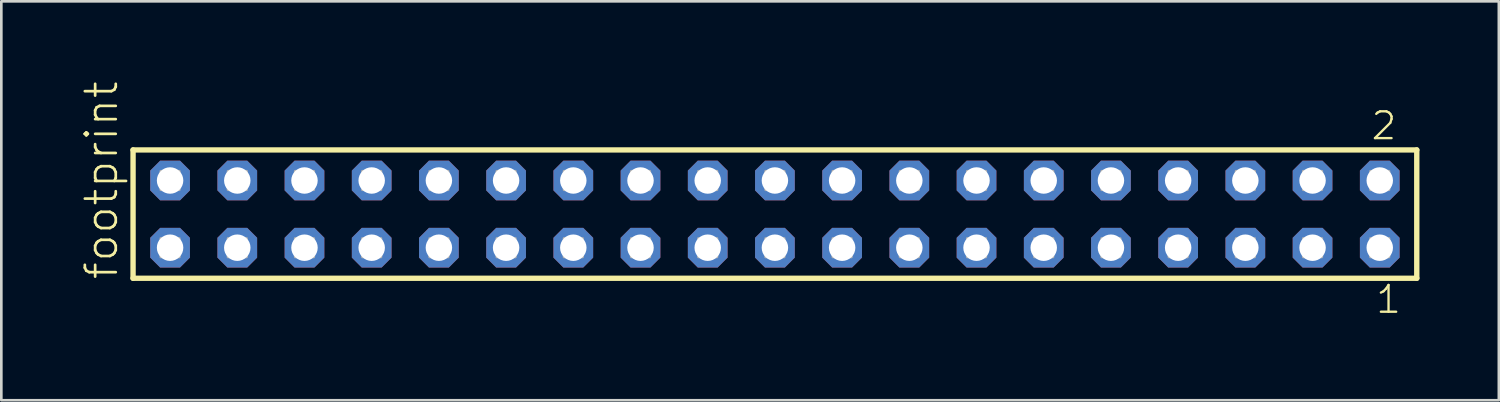
<source format=kicad_pcb>
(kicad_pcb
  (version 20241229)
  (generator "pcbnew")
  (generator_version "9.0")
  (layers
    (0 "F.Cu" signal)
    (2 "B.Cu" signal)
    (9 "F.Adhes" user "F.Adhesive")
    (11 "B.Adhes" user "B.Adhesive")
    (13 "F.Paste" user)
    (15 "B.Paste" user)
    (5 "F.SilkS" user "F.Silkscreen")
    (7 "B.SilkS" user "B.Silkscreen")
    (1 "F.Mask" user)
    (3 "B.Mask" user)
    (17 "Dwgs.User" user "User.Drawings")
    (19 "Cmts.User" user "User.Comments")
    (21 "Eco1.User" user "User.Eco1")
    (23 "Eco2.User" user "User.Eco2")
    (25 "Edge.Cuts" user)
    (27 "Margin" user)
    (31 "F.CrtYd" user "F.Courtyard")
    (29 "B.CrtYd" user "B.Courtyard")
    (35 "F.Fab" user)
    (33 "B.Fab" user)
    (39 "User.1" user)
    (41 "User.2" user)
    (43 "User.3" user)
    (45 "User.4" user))
  (footprint "footprint"
    (layer "F.Cu")
    (at 26.238 5.042)
    (property "Reference" "footprint" (at -24.765 2.54 90) (layer "F.SilkS") (effects (font (size 1.168 1.168) (thickness 0.102)) (justify left bottom)))
    (fp_line (start -24.259 -2.425) (end 24.259 -2.425) (stroke (width 0.203) (type solid)) (layer "F.SilkS"))
    (fp_line (start -24.259 2.425) (end -24.259 -2.425) (stroke (width 0.203) (type solid)) (layer "F.SilkS"))
    (fp_line (start 24.259 -2.425) (end 24.259 2.425) (stroke (width 0.203) (type solid)) (layer "F.SilkS"))
    (fp_line (start 24.259 2.425) (end -24.259 2.425) (stroke (width 0.203) (type solid)) (layer "F.SilkS"))
    (fp_poly (pts (xy -23.21 -0.92) (xy -22.51 -0.92) (xy -22.51 -1.62) (xy -23.21 -1.62)) (stroke (width 0.1) (type solid)) (fill no) (layer "F.Fab"))
    (fp_poly (pts (xy -23.21 1.62) (xy -22.51 1.62) (xy -22.51 0.92) (xy -23.21 0.92)) (stroke (width 0.1) (type solid)) (fill no) (layer "F.Fab"))
    (fp_poly (pts (xy -20.67 -0.92) (xy -19.97 -0.92) (xy -19.97 -1.62) (xy -20.67 -1.62)) (stroke (width 0.1) (type solid)) (fill no) (layer "F.Fab"))
    (fp_poly (pts (xy -20.67 1.62) (xy -19.97 1.62) (xy -19.97 0.92) (xy -20.67 0.92)) (stroke (width 0.1) (type solid)) (fill no) (layer "F.Fab"))
    (fp_poly (pts (xy -18.13 -0.92) (xy -17.43 -0.92) (xy -17.43 -1.62) (xy -18.13 -1.62)) (stroke (width 0.1) (type solid)) (fill no) (layer "F.Fab"))
    (fp_poly (pts (xy -18.13 1.62) (xy -17.43 1.62) (xy -17.43 0.92) (xy -18.13 0.92)) (stroke (width 0.1) (type solid)) (fill no) (layer "F.Fab"))
    (fp_poly (pts (xy -15.59 -0.92) (xy -14.89 -0.92) (xy -14.89 -1.62) (xy -15.59 -1.62)) (stroke (width 0.1) (type solid)) (fill no) (layer "F.Fab"))
    (fp_poly (pts (xy -15.59 1.62) (xy -14.89 1.62) (xy -14.89 0.92) (xy -15.59 0.92)) (stroke (width 0.1) (type solid)) (fill no) (layer "F.Fab"))
    (fp_poly (pts (xy -13.05 -0.92) (xy -12.35 -0.92) (xy -12.35 -1.62) (xy -13.05 -1.62)) (stroke (width 0.1) (type solid)) (fill no) (layer "F.Fab"))
    (fp_poly (pts (xy -13.05 1.62) (xy -12.35 1.62) (xy -12.35 0.92) (xy -13.05 0.92)) (stroke (width 0.1) (type solid)) (fill no) (layer "F.Fab"))
    (fp_poly (pts (xy -10.51 -0.92) (xy -9.81 -0.92) (xy -9.81 -1.62) (xy -10.51 -1.62)) (stroke (width 0.1) (type solid)) (fill no) (layer "F.Fab"))
    (fp_poly (pts (xy -10.51 1.62) (xy -9.81 1.62) (xy -9.81 0.92) (xy -10.51 0.92)) (stroke (width 0.1) (type solid)) (fill no) (layer "F.Fab"))
    (fp_poly (pts (xy -7.97 -0.92) (xy -7.27 -0.92) (xy -7.27 -1.62) (xy -7.97 -1.62)) (stroke (width 0.1) (type solid)) (fill no) (layer "F.Fab"))
    (fp_poly (pts (xy -7.97 1.62) (xy -7.27 1.62) (xy -7.27 0.92) (xy -7.97 0.92)) (stroke (width 0.1) (type solid)) (fill no) (layer "F.Fab"))
    (fp_poly (pts (xy -5.43 -0.92) (xy -4.73 -0.92) (xy -4.73 -1.62) (xy -5.43 -1.62)) (stroke (width 0.1) (type solid)) (fill no) (layer "F.Fab"))
    (fp_poly (pts (xy -5.43 1.62) (xy -4.73 1.62) (xy -4.73 0.92) (xy -5.43 0.92)) (stroke (width 0.1) (type solid)) (fill no) (layer "F.Fab"))
    (fp_poly (pts (xy -2.89 -0.92) (xy -2.19 -0.92) (xy -2.19 -1.62) (xy -2.89 -1.62)) (stroke (width 0.1) (type solid)) (fill no) (layer "F.Fab"))
    (fp_poly (pts (xy -2.89 1.62) (xy -2.19 1.62) (xy -2.19 0.92) (xy -2.89 0.92)) (stroke (width 0.1) (type solid)) (fill no) (layer "F.Fab"))
    (fp_poly (pts (xy -0.35 -0.92) (xy 0.35 -0.92) (xy 0.35 -1.62) (xy -0.35 -1.62)) (stroke (width 0.1) (type solid)) (fill no) (layer "F.Fab"))
    (fp_poly (pts (xy -0.35 1.62) (xy 0.35 1.62) (xy 0.35 0.92) (xy -0.35 0.92)) (stroke (width 0.1) (type solid)) (fill no) (layer "F.Fab"))
    (fp_poly (pts (xy 2.19 -0.92) (xy 2.89 -0.92) (xy 2.89 -1.62) (xy 2.19 -1.62)) (stroke (width 0.1) (type solid)) (fill no) (layer "F.Fab"))
    (fp_poly (pts (xy 2.19 1.62) (xy 2.89 1.62) (xy 2.89 0.92) (xy 2.19 0.92)) (stroke (width 0.1) (type solid)) (fill no) (layer "F.Fab"))
    (fp_poly (pts (xy 4.73 -0.92) (xy 5.43 -0.92) (xy 5.43 -1.62) (xy 4.73 -1.62)) (stroke (width 0.1) (type solid)) (fill no) (layer "F.Fab"))
    (fp_poly (pts (xy 4.73 1.62) (xy 5.43 1.62) (xy 5.43 0.92) (xy 4.73 0.92)) (stroke (width 0.1) (type solid)) (fill no) (layer "F.Fab"))
    (fp_poly (pts (xy 7.27 -0.92) (xy 7.97 -0.92) (xy 7.97 -1.62) (xy 7.27 -1.62)) (stroke (width 0.1) (type solid)) (fill no) (layer "F.Fab"))
    (fp_poly (pts (xy 7.27 1.62) (xy 7.97 1.62) (xy 7.97 0.92) (xy 7.27 0.92)) (stroke (width 0.1) (type solid)) (fill no) (layer "F.Fab"))
    (fp_poly (pts (xy 9.81 -0.92) (xy 10.51 -0.92) (xy 10.51 -1.62) (xy 9.81 -1.62)) (stroke (width 0.1) (type solid)) (fill no) (layer "F.Fab"))
    (fp_poly (pts (xy 9.81 1.62) (xy 10.51 1.62) (xy 10.51 0.92) (xy 9.81 0.92)) (stroke (width 0.1) (type solid)) (fill no) (layer "F.Fab"))
    (fp_poly (pts (xy 12.35 -0.92) (xy 13.05 -0.92) (xy 13.05 -1.62) (xy 12.35 -1.62)) (stroke (width 0.1) (type solid)) (fill no) (layer "F.Fab"))
    (fp_poly (pts (xy 12.35 1.62) (xy 13.05 1.62) (xy 13.05 0.92) (xy 12.35 0.92)) (stroke (width 0.1) (type solid)) (fill no) (layer "F.Fab"))
    (fp_poly (pts (xy 14.89 -0.92) (xy 15.59 -0.92) (xy 15.59 -1.62) (xy 14.89 -1.62)) (stroke (width 0.1) (type solid)) (fill no) (layer "F.Fab"))
    (fp_poly (pts (xy 14.89 1.62) (xy 15.59 1.62) (xy 15.59 0.92) (xy 14.89 0.92)) (stroke (width 0.1) (type solid)) (fill no) (layer "F.Fab"))
    (fp_poly (pts (xy 17.43 -0.92) (xy 18.13 -0.92) (xy 18.13 -1.62) (xy 17.43 -1.62)) (stroke (width 0.1) (type solid)) (fill no) (layer "F.Fab"))
    (fp_poly (pts (xy 17.43 1.62) (xy 18.13 1.62) (xy 18.13 0.92) (xy 17.43 0.92)) (stroke (width 0.1) (type solid)) (fill no) (layer "F.Fab"))
    (fp_poly (pts (xy 19.97 -0.92) (xy 20.67 -0.92) (xy 20.67 -1.62) (xy 19.97 -1.62)) (stroke (width 0.1) (type solid)) (fill no) (layer "F.Fab"))
    (fp_poly (pts (xy 19.97 1.62) (xy 20.67 1.62) (xy 20.67 0.92) (xy 19.97 0.92)) (stroke (width 0.1) (type solid)) (fill no) (layer "F.Fab"))
    (fp_poly (pts (xy 22.51 -0.92) (xy 23.21 -0.92) (xy 23.21 -1.62) (xy 22.51 -1.62)) (stroke (width 0.1) (type solid)) (fill no) (layer "F.Fab"))
    (fp_poly (pts (xy 22.51 1.62) (xy 23.21 1.62) (xy 23.21 0.92) (xy 22.51 0.92)) (stroke (width 0.1) (type solid)) (fill no) (layer "F.Fab"))
    (fp_text user "2" (at 22.477 -2.744 0) (layer "F.SilkS") (effects (font (size 1.012 1.012) (thickness 0.088)) (justify left bottom)))
    (fp_text user "1" (at 22.652 3.818 0) (layer "F.SilkS") (effects (font (size 1.012 1.012) (thickness 0.088)) (justify left bottom)))
    (pad "1" thru_hole roundrect (at 22.86 1.27 180) (size 1.5 1.5) (drill 1) (layers "*.Cu" "*.Mask") (roundrect_rratio 0.25) (chamfer_ratio 0.25) (chamfer top_left top_right bottom_left bottom_right))
    (pad "2" thru_hole roundrect (at 22.86 -1.27 180) (size 1.5 1.5) (drill 1) (layers "*.Cu" "*.Mask") (roundrect_rratio 0.25) (chamfer_ratio 0.25) (chamfer top_left top_right bottom_left bottom_right))
    (pad "3" thru_hole roundrect (at 20.32 1.27 180) (size 1.5 1.5) (drill 1) (layers "*.Cu" "*.Mask") (roundrect_rratio 0.25) (chamfer_ratio 0.25) (chamfer top_left top_right bottom_left bottom_right))
    (pad "4" thru_hole roundrect (at 20.32 -1.27 180) (size 1.5 1.5) (drill 1) (layers "*.Cu" "*.Mask") (roundrect_rratio 0.25) (chamfer_ratio 0.25) (chamfer top_left top_right bottom_left bottom_right))
    (pad "5" thru_hole roundrect (at 17.78 1.27 180) (size 1.5 1.5) (drill 1) (layers "*.Cu" "*.Mask") (roundrect_rratio 0.25) (chamfer_ratio 0.25) (chamfer top_left top_right bottom_left bottom_right))
    (pad "6" thru_hole roundrect (at 17.78 -1.27 180) (size 1.5 1.5) (drill 1) (layers "*.Cu" "*.Mask") (roundrect_rratio 0.25) (chamfer_ratio 0.25) (chamfer top_left top_right bottom_left bottom_right))
    (pad "7" thru_hole roundrect (at 15.24 1.27 180) (size 1.5 1.5) (drill 1) (layers "*.Cu" "*.Mask") (roundrect_rratio 0.25) (chamfer_ratio 0.25) (chamfer top_left top_right bottom_left bottom_right))
    (pad "8" thru_hole roundrect (at 15.24 -1.27 180) (size 1.5 1.5) (drill 1) (layers "*.Cu" "*.Mask") (roundrect_rratio 0.25) (chamfer_ratio 0.25) (chamfer top_left top_right bottom_left bottom_right))
    (pad "9" thru_hole roundrect (at 12.7 1.27 180) (size 1.5 1.5) (drill 1) (layers "*.Cu" "*.Mask") (roundrect_rratio 0.25) (chamfer_ratio 0.25) (chamfer top_left top_right bottom_left bottom_right))
    (pad "10" thru_hole roundrect (at 12.7 -1.27 180) (size 1.5 1.5) (drill 1) (layers "*.Cu" "*.Mask") (roundrect_rratio 0.25) (chamfer_ratio 0.25) (chamfer top_left top_right bottom_left bottom_right))
    (pad "11" thru_hole roundrect (at 10.16 1.27 180) (size 1.5 1.5) (drill 1) (layers "*.Cu" "*.Mask") (roundrect_rratio 0.25) (chamfer_ratio 0.25) (chamfer top_left top_right bottom_left bottom_right))
    (pad "12" thru_hole roundrect (at 10.16 -1.27 180) (size 1.5 1.5) (drill 1) (layers "*.Cu" "*.Mask") (roundrect_rratio 0.25) (chamfer_ratio 0.25) (chamfer top_left top_right bottom_left bottom_right))
    (pad "13" thru_hole roundrect (at 7.62 1.27 180) (size 1.5 1.5) (drill 1) (layers "*.Cu" "*.Mask") (roundrect_rratio 0.25) (chamfer_ratio 0.25) (chamfer top_left top_right bottom_left bottom_right))
    (pad "14" thru_hole roundrect (at 7.62 -1.27 180) (size 1.5 1.5) (drill 1) (layers "*.Cu" "*.Mask") (roundrect_rratio 0.25) (chamfer_ratio 0.25) (chamfer top_left top_right bottom_left bottom_right))
    (pad "15" thru_hole roundrect (at 5.08 1.27 180) (size 1.5 1.5) (drill 1) (layers "*.Cu" "*.Mask") (roundrect_rratio 0.25) (chamfer_ratio 0.25) (chamfer top_left top_right bottom_left bottom_right))
    (pad "16" thru_hole roundrect (at 5.08 -1.27 180) (size 1.5 1.5) (drill 1) (layers "*.Cu" "*.Mask") (roundrect_rratio 0.25) (chamfer_ratio 0.25) (chamfer top_left top_right bottom_left bottom_right))
    (pad "17" thru_hole roundrect (at 2.54 1.27 180) (size 1.5 1.5) (drill 1) (layers "*.Cu" "*.Mask") (roundrect_rratio 0.25) (chamfer_ratio 0.25) (chamfer top_left top_right bottom_left bottom_right))
    (pad "18" thru_hole roundrect (at 2.54 -1.27 180) (size 1.5 1.5) (drill 1) (layers "*.Cu" "*.Mask") (roundrect_rratio 0.25) (chamfer_ratio 0.25) (chamfer top_left top_right bottom_left bottom_right))
    (pad "19" thru_hole roundrect (at 0 1.27 180) (size 1.5 1.5) (drill 1) (layers "*.Cu" "*.Mask") (roundrect_rratio 0.25) (chamfer_ratio 0.25) (chamfer top_left top_right bottom_left bottom_right))
    (pad "20" thru_hole roundrect (at 0 -1.27 180) (size 1.5 1.5) (drill 1) (layers "*.Cu" "*.Mask") (roundrect_rratio 0.25) (chamfer_ratio 0.25) (chamfer top_left top_right bottom_left bottom_right))
    (pad "21" thru_hole roundrect (at -2.54 1.27 180) (size 1.5 1.5) (drill 1) (layers "*.Cu" "*.Mask") (roundrect_rratio 0.25) (chamfer_ratio 0.25) (chamfer top_left top_right bottom_left bottom_right))
    (pad "22" thru_hole roundrect (at -2.54 -1.27 180) (size 1.5 1.5) (drill 1) (layers "*.Cu" "*.Mask") (roundrect_rratio 0.25) (chamfer_ratio 0.25) (chamfer top_left top_right bottom_left bottom_right))
    (pad "23" thru_hole roundrect (at -5.08 1.27 180) (size 1.5 1.5) (drill 1) (layers "*.Cu" "*.Mask") (roundrect_rratio 0.25) (chamfer_ratio 0.25) (chamfer top_left top_right bottom_left bottom_right))
    (pad "24" thru_hole roundrect (at -5.08 -1.27 180) (size 1.5 1.5) (drill 1) (layers "*.Cu" "*.Mask") (roundrect_rratio 0.25) (chamfer_ratio 0.25) (chamfer top_left top_right bottom_left bottom_right))
    (pad "25" thru_hole roundrect (at -7.62 1.27 180) (size 1.5 1.5) (drill 1) (layers "*.Cu" "*.Mask") (roundrect_rratio 0.25) (chamfer_ratio 0.25) (chamfer top_left top_right bottom_left bottom_right))
    (pad "26" thru_hole roundrect (at -7.62 -1.27 180) (size 1.5 1.5) (drill 1) (layers "*.Cu" "*.Mask") (roundrect_rratio 0.25) (chamfer_ratio 0.25) (chamfer top_left top_right bottom_left bottom_right))
    (pad "27" thru_hole roundrect (at -10.16 1.27 180) (size 1.5 1.5) (drill 1) (layers "*.Cu" "*.Mask") (roundrect_rratio 0.25) (chamfer_ratio 0.25) (chamfer top_left top_right bottom_left bottom_right))
    (pad "28" thru_hole roundrect (at -10.16 -1.27 180) (size 1.5 1.5) (drill 1) (layers "*.Cu" "*.Mask") (roundrect_rratio 0.25) (chamfer_ratio 0.25) (chamfer top_left top_right bottom_left bottom_right))
    (pad "29" thru_hole roundrect (at -12.7 1.27 180) (size 1.5 1.5) (drill 1) (layers "*.Cu" "*.Mask") (roundrect_rratio 0.25) (chamfer_ratio 0.25) (chamfer top_left top_right bottom_left bottom_right))
    (pad "30" thru_hole roundrect (at -12.7 -1.27 180) (size 1.5 1.5) (drill 1) (layers "*.Cu" "*.Mask") (roundrect_rratio 0.25) (chamfer_ratio 0.25) (chamfer top_left top_right bottom_left bottom_right))
    (pad "31" thru_hole roundrect (at -15.24 1.27 180) (size 1.5 1.5) (drill 1) (layers "*.Cu" "*.Mask") (roundrect_rratio 0.25) (chamfer_ratio 0.25) (chamfer top_left top_right bottom_left bottom_right))
    (pad "32" thru_hole roundrect (at -15.24 -1.27 180) (size 1.5 1.5) (drill 1) (layers "*.Cu" "*.Mask") (roundrect_rratio 0.25) (chamfer_ratio 0.25) (chamfer top_left top_right bottom_left bottom_right))
    (pad "33" thru_hole roundrect (at -17.78 1.27 180) (size 1.5 1.5) (drill 1) (layers "*.Cu" "*.Mask") (roundrect_rratio 0.25) (chamfer_ratio 0.25) (chamfer top_left top_right bottom_left bottom_right))
    (pad "34" thru_hole roundrect (at -17.78 -1.27 180) (size 1.5 1.5) (drill 1) (layers "*.Cu" "*.Mask") (roundrect_rratio 0.25) (chamfer_ratio 0.25) (chamfer top_left top_right bottom_left bottom_right))
    (pad "35" thru_hole roundrect (at -20.32 1.27 180) (size 1.5 1.5) (drill 1) (layers "*.Cu" "*.Mask") (roundrect_rratio 0.25) (chamfer_ratio 0.25) (chamfer top_left top_right bottom_left bottom_right))
    (pad "36" thru_hole roundrect (at -20.32 -1.27 180) (size 1.5 1.5) (drill 1) (layers "*.Cu" "*.Mask") (roundrect_rratio 0.25) (chamfer_ratio 0.25) (chamfer top_left top_right bottom_left bottom_right))
    (pad "37" thru_hole roundrect (at -22.86 1.27 180) (size 1.5 1.5) (drill 1) (layers "*.Cu" "*.Mask") (roundrect_rratio 0.25) (chamfer_ratio 0.25) (chamfer top_left top_right bottom_left bottom_right))
    (pad "38" thru_hole roundrect (at -22.86 -1.27 180) (size 1.5 1.5) (drill 1) (layers "*.Cu" "*.Mask") (roundrect_rratio 0.25) (chamfer_ratio 0.25) (chamfer top_left top_right bottom_left bottom_right)))
  (gr_rect
    (start -3 -3)
    (end 53.599 12.077)
    (stroke (width 0.1) (type default))
    (fill no)
    (layer "Edge.Cuts")))
</source>
